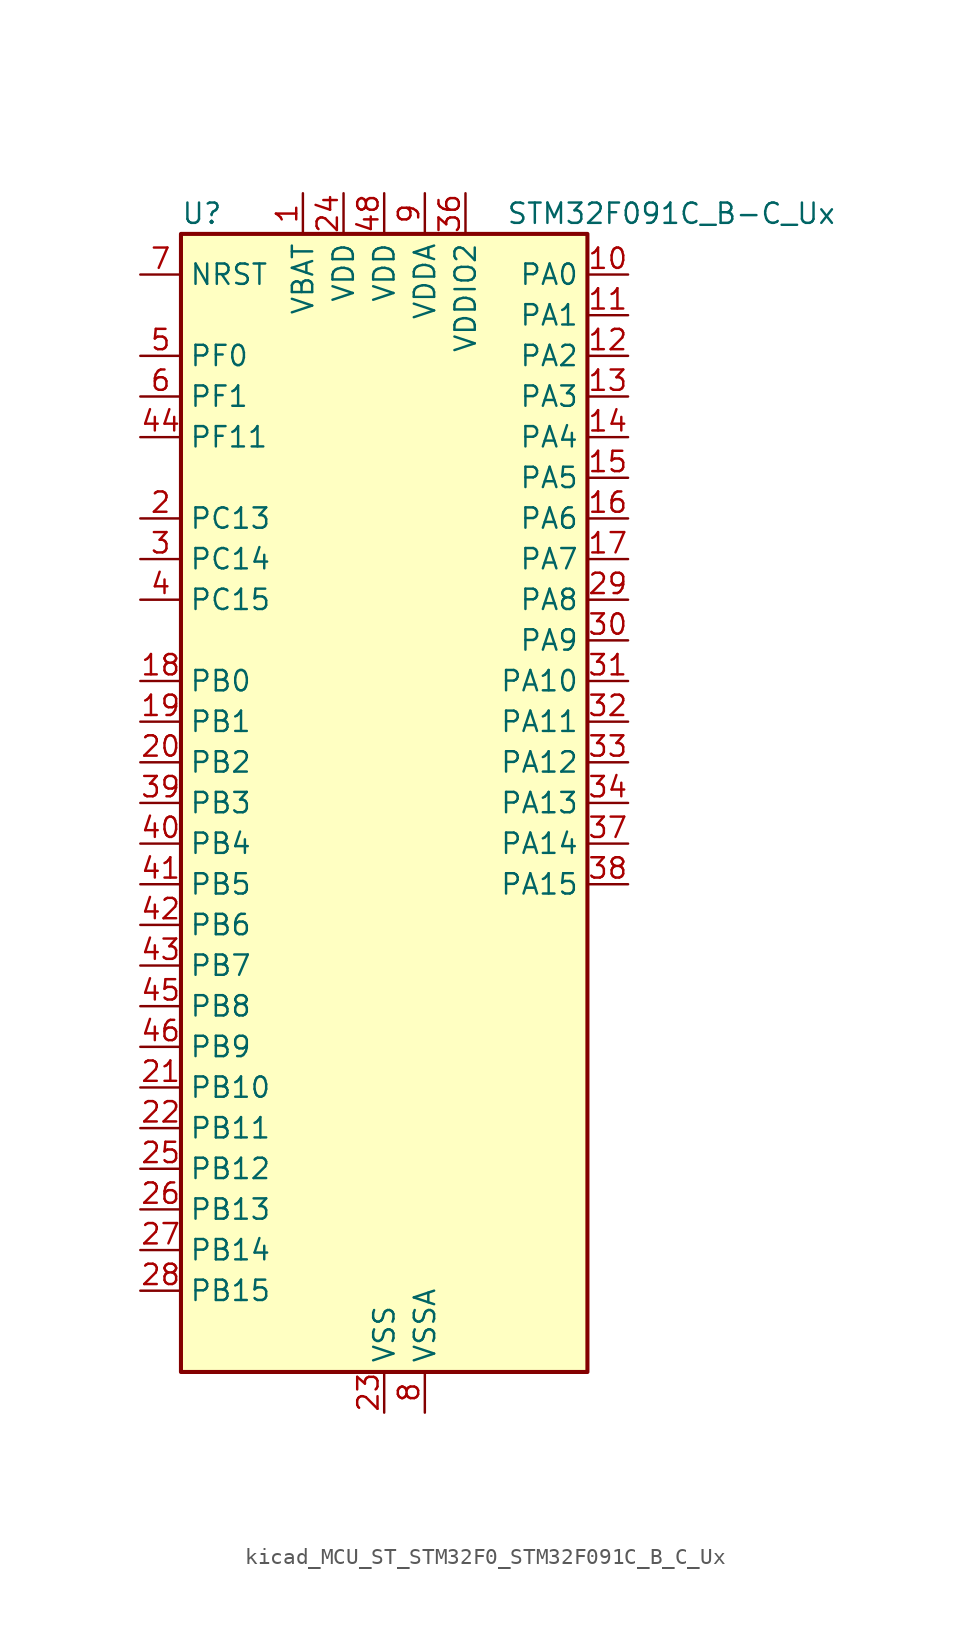
<source format=kicad_sym>
(kicad_symbol_lib
  (version 20220914)
  (generator kicad_symbol_editor)
  (symbol "kicad_MCU_ST_STM32F0_STM32F091C_B_C_Ux"
    (property "Reference" "U"
      (at -12.7 36.83 0)
      (effects (font (size 1.27 1.27)) (justify left)))
    (property "Value" "STM32F091C_B-C_Ux"
      (at 7.62 36.83 0)
      (effects (font (size 1.27 1.27)) (justify left)))
    (property "ki_locked" ""
      (at 0 0 0)
      (effects (font (size 1.27 1.27))))
    (symbol "kicad_MCU_ST_STM32F0_STM32F091C_B_C_Ux_0_1"
      (rectangle (start -12.7 -35.56) (end 12.7 35.56) (stroke (width 0.254) (type default)) (fill (type background))))
    (symbol "kicad_MCU_ST_STM32F0_STM32F091C_B_C_Ux_1_1"
      (pin power_in line (at -5.08 38.1 270) (length 2.54) (name "VBAT" (effects (font (size 1.27 1.27)))) (number "1" (effects (font (size 1.27 1.27)))))
      (pin bidirectional line (at 15.24 33.02 180) (length 2.54) (name "PA0" (effects (font (size 1.27 1.27)))) (number "10" (effects (font (size 1.27 1.27)))) (alternate "ADC_IN0" bidirectional line) (alternate "COMP1_INM" bidirectional line) (alternate "COMP1_OUT" bidirectional line) (alternate "RTC_TAMP2" bidirectional line) (alternate "SYS_WKUP1" bidirectional line) (alternate "TIM2_CH1" bidirectional line) (alternate "TIM2_ETR" bidirectional line) (alternate "TSC_G1_IO1" bidirectional line) (alternate "USART2_CTS" bidirectional line) (alternate "USART4_TX" bidirectional line))
      (pin bidirectional line (at 15.24 30.48 180) (length 2.54) (name "PA1" (effects (font (size 1.27 1.27)))) (number "11" (effects (font (size 1.27 1.27)))) (alternate "ADC_IN1" bidirectional line) (alternate "COMP1_INP" bidirectional line) (alternate "TIM15_CH1N" bidirectional line) (alternate "TIM2_CH2" bidirectional line) (alternate "TSC_G1_IO2" bidirectional line) (alternate "USART2_DE" bidirectional line) (alternate "USART2_RTS" bidirectional line) (alternate "USART4_RX" bidirectional line))
      (pin bidirectional line (at 15.24 27.94 180) (length 2.54) (name "PA2" (effects (font (size 1.27 1.27)))) (number "12" (effects (font (size 1.27 1.27)))) (alternate "ADC_IN2" bidirectional line) (alternate "COMP2_INM" bidirectional line) (alternate "COMP2_OUT" bidirectional line) (alternate "SYS_WKUP4" bidirectional line) (alternate "TIM15_CH1" bidirectional line) (alternate "TIM2_CH3" bidirectional line) (alternate "TSC_G1_IO3" bidirectional line) (alternate "USART2_TX" bidirectional line))
      (pin bidirectional line (at 15.24 25.4 180) (length 2.54) (name "PA3" (effects (font (size 1.27 1.27)))) (number "13" (effects (font (size 1.27 1.27)))) (alternate "ADC_IN3" bidirectional line) (alternate "COMP2_INP" bidirectional line) (alternate "TIM15_CH2" bidirectional line) (alternate "TIM2_CH4" bidirectional line) (alternate "TSC_G1_IO4" bidirectional line) (alternate "USART2_RX" bidirectional line))
      (pin bidirectional line (at 15.24 22.86 180) (length 2.54) (name "PA4" (effects (font (size 1.27 1.27)))) (number "14" (effects (font (size 1.27 1.27)))) (alternate "ADC_IN4" bidirectional line) (alternate "COMP1_INM" bidirectional line) (alternate "COMP2_INM" bidirectional line) (alternate "DAC_OUT1" bidirectional line) (alternate "I2S1_WS" bidirectional line) (alternate "SPI1_NSS" bidirectional line) (alternate "TIM14_CH1" bidirectional line) (alternate "TSC_G2_IO1" bidirectional line) (alternate "USART2_CK" bidirectional line) (alternate "USART6_TX" bidirectional line))
      (pin bidirectional line (at 15.24 20.32 180) (length 2.54) (name "PA5" (effects (font (size 1.27 1.27)))) (number "15" (effects (font (size 1.27 1.27)))) (alternate "ADC_IN5" bidirectional line) (alternate "CEC" bidirectional line) (alternate "COMP1_INM" bidirectional line) (alternate "COMP2_INM" bidirectional line) (alternate "DAC_OUT2" bidirectional line) (alternate "I2S1_CK" bidirectional line) (alternate "SPI1_SCK" bidirectional line) (alternate "TIM2_CH1" bidirectional line) (alternate "TIM2_ETR" bidirectional line) (alternate "TSC_G2_IO2" bidirectional line) (alternate "USART6_RX" bidirectional line))
      (pin bidirectional line (at 15.24 17.78 180) (length 2.54) (name "PA6" (effects (font (size 1.27 1.27)))) (number "16" (effects (font (size 1.27 1.27)))) (alternate "ADC_IN6" bidirectional line) (alternate "COMP1_OUT" bidirectional line) (alternate "I2S1_MCK" bidirectional line) (alternate "SPI1_MISO" bidirectional line) (alternate "TIM16_CH1" bidirectional line) (alternate "TIM1_BKIN" bidirectional line) (alternate "TIM3_CH1" bidirectional line) (alternate "TSC_G2_IO3" bidirectional line) (alternate "USART3_CTS" bidirectional line))
      (pin bidirectional line (at 15.24 15.24 180) (length 2.54) (name "PA7" (effects (font (size 1.27 1.27)))) (number "17" (effects (font (size 1.27 1.27)))) (alternate "ADC_IN7" bidirectional line) (alternate "COMP2_OUT" bidirectional line) (alternate "I2S1_SD" bidirectional line) (alternate "SPI1_MOSI" bidirectional line) (alternate "TIM14_CH1" bidirectional line) (alternate "TIM17_CH1" bidirectional line) (alternate "TIM1_CH1N" bidirectional line) (alternate "TIM3_CH2" bidirectional line) (alternate "TSC_G2_IO4" bidirectional line))
      (pin bidirectional line (at -15.24 7.62 0) (length 2.54) (name "PB0" (effects (font (size 1.27 1.27)))) (number "18" (effects (font (size 1.27 1.27)))) (alternate "ADC_IN8" bidirectional line) (alternate "TIM1_CH2N" bidirectional line) (alternate "TIM3_CH3" bidirectional line) (alternate "TSC_G3_IO2" bidirectional line) (alternate "USART3_CK" bidirectional line))
      (pin bidirectional line (at -15.24 5.08 0) (length 2.54) (name "PB1" (effects (font (size 1.27 1.27)))) (number "19" (effects (font (size 1.27 1.27)))) (alternate "ADC_IN9" bidirectional line) (alternate "TIM14_CH1" bidirectional line) (alternate "TIM1_CH3N" bidirectional line) (alternate "TIM3_CH4" bidirectional line) (alternate "TSC_G3_IO3" bidirectional line) (alternate "USART3_DE" bidirectional line) (alternate "USART3_RTS" bidirectional line))
      (pin bidirectional line (at -15.24 17.78 0) (length 2.54) (name "PC13" (effects (font (size 1.27 1.27)))) (number "2" (effects (font (size 1.27 1.27)))) (alternate "RTC_OUT_ALARM" bidirectional line) (alternate "RTC_OUT_CALIB" bidirectional line) (alternate "RTC_TAMP1" bidirectional line) (alternate "RTC_TS" bidirectional line) (alternate "SYS_WKUP2" bidirectional line))
      (pin bidirectional line (at -15.24 2.54 0) (length 2.54) (name "PB2" (effects (font (size 1.27 1.27)))) (number "20" (effects (font (size 1.27 1.27)))) (alternate "TSC_G3_IO4" bidirectional line))
      (pin bidirectional line (at -15.24 -17.78 0) (length 2.54) (name "PB10" (effects (font (size 1.27 1.27)))) (number "21" (effects (font (size 1.27 1.27)))) (alternate "CEC" bidirectional line) (alternate "I2C2_SCL" bidirectional line) (alternate "I2S2_CK" bidirectional line) (alternate "SPI2_SCK" bidirectional line) (alternate "TIM2_CH3" bidirectional line) (alternate "TSC_SYNC" bidirectional line) (alternate "USART3_TX" bidirectional line))
      (pin bidirectional line (at -15.24 -20.32 0) (length 2.54) (name "PB11" (effects (font (size 1.27 1.27)))) (number "22" (effects (font (size 1.27 1.27)))) (alternate "I2C2_SDA" bidirectional line) (alternate "TIM2_CH4" bidirectional line) (alternate "TSC_G6_IO1" bidirectional line) (alternate "USART3_RX" bidirectional line))
      (pin power_in line (at 0 -38.1 90) (length 2.54) (name "VSS" (effects (font (size 1.27 1.27)))) (number "23" (effects (font (size 1.27 1.27)))))
      (pin power_in line (at -2.54 38.1 270) (length 2.54) (name "VDD" (effects (font (size 1.27 1.27)))) (number "24" (effects (font (size 1.27 1.27)))))
      (pin bidirectional line (at -15.24 -22.86 0) (length 2.54) (name "PB12" (effects (font (size 1.27 1.27)))) (number "25" (effects (font (size 1.27 1.27)))) (alternate "I2S2_WS" bidirectional line) (alternate "SPI2_NSS" bidirectional line) (alternate "TIM15_BKIN" bidirectional line) (alternate "TIM1_BKIN" bidirectional line) (alternate "TSC_G6_IO2" bidirectional line) (alternate "USART3_CK" bidirectional line))
      (pin bidirectional line (at -15.24 -25.4 0) (length 2.54) (name "PB13" (effects (font (size 1.27 1.27)))) (number "26" (effects (font (size 1.27 1.27)))) (alternate "I2C2_SCL" bidirectional line) (alternate "I2S2_CK" bidirectional line) (alternate "SPI2_SCK" bidirectional line) (alternate "TIM1_CH1N" bidirectional line) (alternate "TSC_G6_IO3" bidirectional line) (alternate "USART3_CTS" bidirectional line))
      (pin bidirectional line (at -15.24 -27.94 0) (length 2.54) (name "PB14" (effects (font (size 1.27 1.27)))) (number "27" (effects (font (size 1.27 1.27)))) (alternate "I2C2_SDA" bidirectional line) (alternate "I2S2_MCK" bidirectional line) (alternate "SPI2_MISO" bidirectional line) (alternate "TIM15_CH1" bidirectional line) (alternate "TIM1_CH2N" bidirectional line) (alternate "TSC_G6_IO4" bidirectional line) (alternate "USART3_DE" bidirectional line) (alternate "USART3_RTS" bidirectional line))
      (pin bidirectional line (at -15.24 -30.48 0) (length 2.54) (name "PB15" (effects (font (size 1.27 1.27)))) (number "28" (effects (font (size 1.27 1.27)))) (alternate "I2S2_SD" bidirectional line) (alternate "RTC_REFIN" bidirectional line) (alternate "SPI2_MOSI" bidirectional line) (alternate "SYS_WKUP7" bidirectional line) (alternate "TIM15_CH1N" bidirectional line) (alternate "TIM15_CH2" bidirectional line) (alternate "TIM1_CH3N" bidirectional line))
      (pin bidirectional line (at 15.24 12.7 180) (length 2.54) (name "PA8" (effects (font (size 1.27 1.27)))) (number "29" (effects (font (size 1.27 1.27)))) (alternate "CRS_SYNC" bidirectional line) (alternate "RCC_MCO" bidirectional line) (alternate "TIM1_CH1" bidirectional line) (alternate "USART1_CK" bidirectional line))
      (pin bidirectional line (at -15.24 15.24 0) (length 2.54) (name "PC14" (effects (font (size 1.27 1.27)))) (number "3" (effects (font (size 1.27 1.27)))) (alternate "RCC_OSC32_IN" bidirectional line))
      (pin bidirectional line (at 15.24 10.16 180) (length 2.54) (name "PA9" (effects (font (size 1.27 1.27)))) (number "30" (effects (font (size 1.27 1.27)))) (alternate "DAC_EXTI9" bidirectional line) (alternate "I2C1_SCL" bidirectional line) (alternate "RCC_MCO" bidirectional line) (alternate "TIM15_BKIN" bidirectional line) (alternate "TIM1_CH2" bidirectional line) (alternate "TSC_G4_IO1" bidirectional line) (alternate "USART1_TX" bidirectional line))
      (pin bidirectional line (at 15.24 7.62 180) (length 2.54) (name "PA10" (effects (font (size 1.27 1.27)))) (number "31" (effects (font (size 1.27 1.27)))) (alternate "I2C1_SDA" bidirectional line) (alternate "TIM17_BKIN" bidirectional line) (alternate "TIM1_CH3" bidirectional line) (alternate "TSC_G4_IO2" bidirectional line) (alternate "USART1_RX" bidirectional line))
      (pin bidirectional line (at 15.24 5.08 180) (length 2.54) (name "PA11" (effects (font (size 1.27 1.27)))) (number "32" (effects (font (size 1.27 1.27)))) (alternate "CAN_RX" bidirectional line) (alternate "COMP1_OUT" bidirectional line) (alternate "I2C2_SCL" bidirectional line) (alternate "TIM1_CH4" bidirectional line) (alternate "TSC_G4_IO3" bidirectional line) (alternate "USART1_CTS" bidirectional line))
      (pin bidirectional line (at 15.24 2.54 180) (length 2.54) (name "PA12" (effects (font (size 1.27 1.27)))) (number "33" (effects (font (size 1.27 1.27)))) (alternate "CAN_TX" bidirectional line) (alternate "COMP2_OUT" bidirectional line) (alternate "I2C2_SDA" bidirectional line) (alternate "TIM1_ETR" bidirectional line) (alternate "TSC_G4_IO4" bidirectional line) (alternate "USART1_DE" bidirectional line) (alternate "USART1_RTS" bidirectional line))
      (pin bidirectional line (at 15.24 0 180) (length 2.54) (name "PA13" (effects (font (size 1.27 1.27)))) (number "34" (effects (font (size 1.27 1.27)))) (alternate "IR_OUT" bidirectional line) (alternate "SYS_SWDIO" bidirectional line))
      (pin passive line (at 0 -38.1 90) (length 2.54) hide (name "VSS" (effects (font (size 1.27 1.27)))) (number "35" (effects (font (size 1.27 1.27)))))
      (pin power_in line (at 5.08 38.1 270) (length 2.54) (name "VDDIO2" (effects (font (size 1.27 1.27)))) (number "36" (effects (font (size 1.27 1.27)))))
      (pin bidirectional line (at 15.24 -2.54 180) (length 2.54) (name "PA14" (effects (font (size 1.27 1.27)))) (number "37" (effects (font (size 1.27 1.27)))) (alternate "SYS_SWCLK" bidirectional line) (alternate "USART2_TX" bidirectional line))
      (pin bidirectional line (at 15.24 -5.08 180) (length 2.54) (name "PA15" (effects (font (size 1.27 1.27)))) (number "38" (effects (font (size 1.27 1.27)))) (alternate "I2S1_WS" bidirectional line) (alternate "SPI1_NSS" bidirectional line) (alternate "TIM2_CH1" bidirectional line) (alternate "TIM2_ETR" bidirectional line) (alternate "USART2_RX" bidirectional line) (alternate "USART4_DE" bidirectional line) (alternate "USART4_RTS" bidirectional line))
      (pin bidirectional line (at -15.24 0 0) (length 2.54) (name "PB3" (effects (font (size 1.27 1.27)))) (number "39" (effects (font (size 1.27 1.27)))) (alternate "I2S1_CK" bidirectional line) (alternate "SPI1_SCK" bidirectional line) (alternate "TIM2_CH2" bidirectional line) (alternate "TSC_G5_IO1" bidirectional line) (alternate "USART5_TX" bidirectional line))
      (pin bidirectional line (at -15.24 12.7 0) (length 2.54) (name "PC15" (effects (font (size 1.27 1.27)))) (number "4" (effects (font (size 1.27 1.27)))) (alternate "RCC_OSC32_OUT" bidirectional line))
      (pin bidirectional line (at -15.24 -2.54 0) (length 2.54) (name "PB4" (effects (font (size 1.27 1.27)))) (number "40" (effects (font (size 1.27 1.27)))) (alternate "I2S1_MCK" bidirectional line) (alternate "SPI1_MISO" bidirectional line) (alternate "TIM17_BKIN" bidirectional line) (alternate "TIM3_CH1" bidirectional line) (alternate "TSC_G5_IO2" bidirectional line) (alternate "USART5_RX" bidirectional line))
      (pin bidirectional line (at -15.24 -5.08 0) (length 2.54) (name "PB5" (effects (font (size 1.27 1.27)))) (number "41" (effects (font (size 1.27 1.27)))) (alternate "I2C1_SMBA" bidirectional line) (alternate "I2S1_SD" bidirectional line) (alternate "SPI1_MOSI" bidirectional line) (alternate "SYS_WKUP6" bidirectional line) (alternate "TIM16_BKIN" bidirectional line) (alternate "TIM3_CH2" bidirectional line) (alternate "USART5_CK" bidirectional line) (alternate "USART5_DE" bidirectional line) (alternate "USART5_RTS" bidirectional line))
      (pin bidirectional line (at -15.24 -7.62 0) (length 2.54) (name "PB6" (effects (font (size 1.27 1.27)))) (number "42" (effects (font (size 1.27 1.27)))) (alternate "I2C1_SCL" bidirectional line) (alternate "TIM16_CH1N" bidirectional line) (alternate "TSC_G5_IO3" bidirectional line) (alternate "USART1_TX" bidirectional line))
      (pin bidirectional line (at -15.24 -10.16 0) (length 2.54) (name "PB7" (effects (font (size 1.27 1.27)))) (number "43" (effects (font (size 1.27 1.27)))) (alternate "I2C1_SDA" bidirectional line) (alternate "TIM17_CH1N" bidirectional line) (alternate "TSC_G5_IO4" bidirectional line) (alternate "USART1_RX" bidirectional line) (alternate "USART4_CTS" bidirectional line))
      (pin bidirectional line (at -15.24 22.86 0) (length 2.54) (name "PF11" (effects (font (size 1.27 1.27)))) (number "44" (effects (font (size 1.27 1.27)))))
      (pin bidirectional line (at -15.24 -12.7 0) (length 2.54) (name "PB8" (effects (font (size 1.27 1.27)))) (number "45" (effects (font (size 1.27 1.27)))) (alternate "CAN_RX" bidirectional line) (alternate "CEC" bidirectional line) (alternate "I2C1_SCL" bidirectional line) (alternate "TIM16_CH1" bidirectional line) (alternate "TSC_SYNC" bidirectional line))
      (pin bidirectional line (at -15.24 -15.24 0) (length 2.54) (name "PB9" (effects (font (size 1.27 1.27)))) (number "46" (effects (font (size 1.27 1.27)))) (alternate "CAN_TX" bidirectional line) (alternate "DAC_EXTI9" bidirectional line) (alternate "I2C1_SDA" bidirectional line) (alternate "I2S2_WS" bidirectional line) (alternate "IR_OUT" bidirectional line) (alternate "SPI2_NSS" bidirectional line) (alternate "TIM17_CH1" bidirectional line))
      (pin passive line (at 0 -38.1 90) (length 2.54) hide (name "VSS" (effects (font (size 1.27 1.27)))) (number "47" (effects (font (size 1.27 1.27)))))
      (pin power_in line (at 0 38.1 270) (length 2.54) (name "VDD" (effects (font (size 1.27 1.27)))) (number "48" (effects (font (size 1.27 1.27)))))
      (pin passive line (at 0 -38.1 90) (length 2.54) hide (name "VSS" (effects (font (size 1.27 1.27)))) (number "49" (effects (font (size 1.27 1.27)))))
      (pin bidirectional line (at -15.24 27.94 0) (length 2.54) (name "PF0" (effects (font (size 1.27 1.27)))) (number "5" (effects (font (size 1.27 1.27)))) (alternate "CRS_SYNC" bidirectional line) (alternate "I2C1_SDA" bidirectional line) (alternate "RCC_OSC_IN" bidirectional line))
      (pin bidirectional line (at -15.24 25.4 0) (length 2.54) (name "PF1" (effects (font (size 1.27 1.27)))) (number "6" (effects (font (size 1.27 1.27)))) (alternate "I2C1_SCL" bidirectional line) (alternate "RCC_OSC_OUT" bidirectional line))
      (pin input line (at -15.24 33.02 0) (length 2.54) (name "NRST" (effects (font (size 1.27 1.27)))) (number "7" (effects (font (size 1.27 1.27)))))
      (pin power_in line (at 2.54 -38.1 90) (length 2.54) (name "VSSA" (effects (font (size 1.27 1.27)))) (number "8" (effects (font (size 1.27 1.27)))))
      (pin power_in line (at 2.54 38.1 270) (length 2.54) (name "VDDA" (effects (font (size 1.27 1.27)))) (number "9" (effects (font (size 1.27 1.27))))))))
</source>
